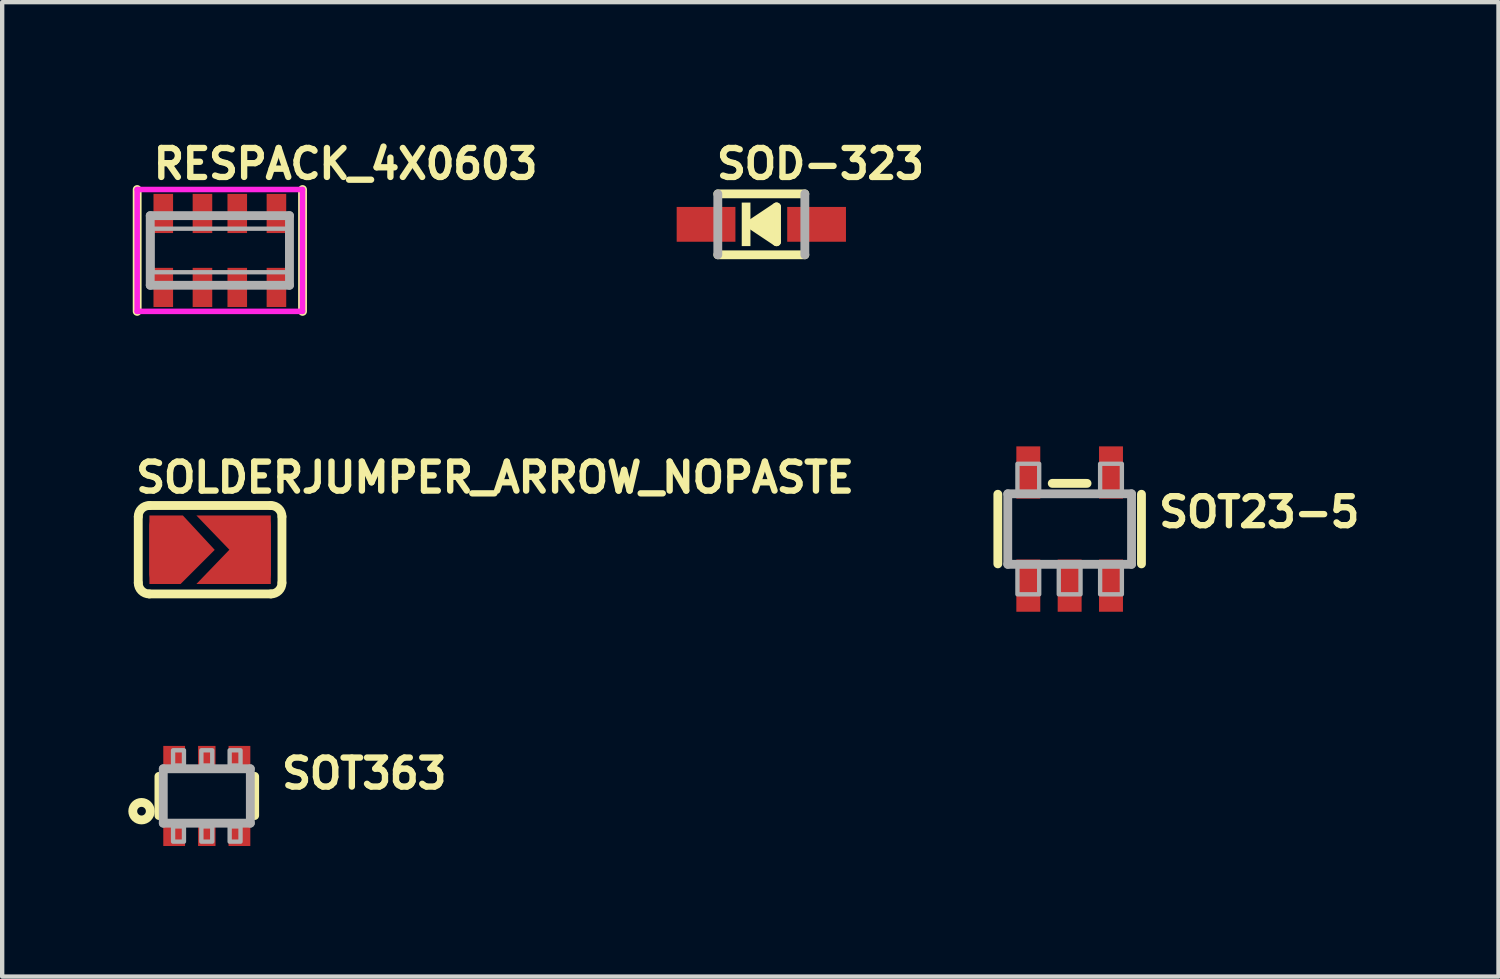
<source format=kicad_pcb>
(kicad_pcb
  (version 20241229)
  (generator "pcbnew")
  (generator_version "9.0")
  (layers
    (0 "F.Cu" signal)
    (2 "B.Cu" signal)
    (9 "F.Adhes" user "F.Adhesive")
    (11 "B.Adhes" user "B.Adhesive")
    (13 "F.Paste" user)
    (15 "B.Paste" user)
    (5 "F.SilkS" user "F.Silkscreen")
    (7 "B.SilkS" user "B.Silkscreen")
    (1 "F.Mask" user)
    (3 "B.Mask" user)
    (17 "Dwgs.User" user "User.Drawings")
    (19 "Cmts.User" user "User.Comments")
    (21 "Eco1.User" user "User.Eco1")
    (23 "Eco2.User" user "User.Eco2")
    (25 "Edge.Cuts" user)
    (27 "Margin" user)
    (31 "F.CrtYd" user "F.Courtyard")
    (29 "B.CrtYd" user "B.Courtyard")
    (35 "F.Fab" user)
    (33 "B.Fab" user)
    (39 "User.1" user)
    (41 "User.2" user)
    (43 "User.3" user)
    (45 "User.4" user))
  (footprint "SOLDERJUMPER_ARROW_NOPASTE"
    (layer "F.Cu")
    (at 1.778 9.582)
    (property "Reference" "SOLDERJUMPER_ARROW_NOPASTE" (at -1.778 -1.27 0) (layer "F.SilkS") (effects (font (size 0.666 0.666) (thickness 0.146)) (justify left bottom)))
    (fp_poly (pts (xy 0.106 0.003) (xy -0.679 0.788) (xy -1.395 0.788) (xy -1.395 -0.788) (xy -0.627 -0.788)) (stroke (width 0) (type solid)) (fill yes) (layer "F.Cu"))
    (fp_poly (pts (xy 1.395 0.788) (xy -0.316 0.788) (xy 0.443 0) (xy -0.316 -0.788) (xy 1.395 -0.788)) (stroke (width 0) (type solid)) (fill yes) (layer "F.Cu"))
    (fp_poly (pts (xy -1.46 0.826) (xy 1.46 0.826) (xy 1.46 -0.826) (xy -1.46 -0.826)) (stroke (width 0) (type solid)) (fill yes) (layer "F.Mask"))
    (fp_line (start -1.651 0.762) (end -1.651 -0.762) (stroke (width 0.203) (type solid)) (layer "F.SilkS"))
    (fp_line (start -1.397 -1.016) (end 1.397 -1.016) (stroke (width 0.203) (type solid)) (layer "F.SilkS"))
    (fp_line (start 1.397 1.016) (end -1.397 1.016) (stroke (width 0.203) (type solid)) (layer "F.SilkS"))
    (fp_line (start 1.651 0.762) (end 1.651 -0.762) (stroke (width 0.203) (type solid)) (layer "F.SilkS"))
    (fp_arc (start -1.651 -0.762) (mid -1.576605 -0.941605) (end -1.397 -1.016) (stroke (width 0.2032) (type solid)) (layer "F.SilkS"))
    (fp_arc (start -1.397 1.016) (mid -1.576605 0.941605) (end -1.651 0.762) (stroke (width 0.2032) (type solid)) (layer "F.SilkS"))
    (fp_arc (start 1.397 -1.016) (mid 1.576605 -0.941605) (end 1.651 -0.762) (stroke (width 0.2032) (type solid)) (layer "F.SilkS"))
    (fp_arc (start 1.651 0.762) (mid 1.576605 0.941605) (end 1.397 1.016) (stroke (width 0.2032) (type solid)) (layer "F.SilkS"))
    (pad "1" smd roundrect (at -1.016 0) (size 0.762 1.524) (layers "F.Cu") (roundrect_rratio 0.25))
    (pad "2" smd roundrect (at 1.016 0) (size 0.762 1.524) (layers "F.Cu") (roundrect_rratio 0.25)))
  (footprint "SOT363"
    (layer "F.Cu")
    (at 1.702 15.24)
    (property "Reference" "SOT363" (at 1.651 -0.127 0) (layer "F.SilkS") (effects (font (size 0.666 0.666) (thickness 0.146)) (justify left bottom)))
    (fp_line (start -1.1 -0.45) (end -1.1 0.45) (stroke (width 0.203) (type solid)) (layer "F.SilkS"))
    (fp_line (start 1.1 -0.45) (end 1.1 0.45) (stroke (width 0.203) (type solid)) (layer "F.SilkS"))
    (fp_circle (center -1.5 0.35) (end -1.4 0.35) (stroke (width 0.203) (type solid)) (fill no) (layer "F.SilkS"))
    (fp_line (start -1 -0.625) (end 1 -0.625) (stroke (width 0.203) (type solid)) (layer "F.Fab"))
    (fp_line (start -1 0.625) (end -1 -0.625) (stroke (width 0.203) (type solid)) (layer "F.Fab"))
    (fp_line (start 1 -0.625) (end 1 0.625) (stroke (width 0.203) (type solid)) (layer "F.Fab"))
    (fp_line (start 1 0.625) (end -1 0.625) (stroke (width 0.203) (type solid)) (layer "F.Fab"))
    (fp_poly (pts (xy -0.775 -0.7) (xy -0.525 -0.7) (xy -0.525 -1.05) (xy -0.775 -1.05)) (stroke (width 0.1) (type solid)) (fill no) (layer "F.Fab"))
    (fp_poly (pts (xy -0.775 1.05) (xy -0.525 1.05) (xy -0.525 0.7) (xy -0.775 0.7)) (stroke (width 0.1) (type solid)) (fill no) (layer "F.Fab"))
    (fp_poly (pts (xy -0.125 -0.7) (xy 0.125 -0.7) (xy 0.125 -1.05) (xy -0.125 -1.05)) (stroke (width 0.1) (type solid)) (fill no) (layer "F.Fab"))
    (fp_poly (pts (xy -0.125 1.05) (xy 0.125 1.05) (xy 0.125 0.7) (xy -0.125 0.7)) (stroke (width 0.1) (type solid)) (fill no) (layer "F.Fab"))
    (fp_poly (pts (xy 0.525 -0.7) (xy 0.775 -0.7) (xy 0.775 -1.05) (xy 0.525 -1.05)) (stroke (width 0.1) (type solid)) (fill no) (layer "F.Fab"))
    (fp_poly (pts (xy 0.525 1.05) (xy 0.775 1.05) (xy 0.775 0.7) (xy 0.525 0.7)) (stroke (width 0.1) (type solid)) (fill no) (layer "F.Fab"))
    (pad "1" smd rect (at -0.75 0.9) (size 0.5 0.5) (layers "F.Cu" "F.Mask" "F.Paste"))
    (pad "2" smd rect (at 0 0.9) (size 0.4 0.5) (layers "F.Cu" "F.Mask" "F.Paste"))
    (pad "3" smd rect (at 0.75 0.9) (size 0.5 0.5) (layers "F.Cu" "F.Mask" "F.Paste"))
    (pad "4" smd rect (at 0.75 -0.9) (size 0.5 0.5) (layers "F.Cu" "F.Mask" "F.Paste"))
    (pad "5" smd rect (at 0 -0.9) (size 0.4 0.5) (layers "F.Cu" "F.Mask" "F.Paste"))
    (pad "6" smd rect (at -0.75 -0.9) (size 0.5 0.5) (layers "F.Cu" "F.Mask" "F.Paste")))
  (footprint "SOT23-5"
    (layer "F.Cu")
    (at 21.529 9.107)
    (property "Reference" "SOT23-5" (at 1.978 0 0) (layer "F.SilkS") (effects (font (size 0.666 0.666) (thickness 0.146)) (justify left bottom)))
    (fp_line (start -1.65 -0.8) (end -1.65 0.8) (stroke (width 0.203) (type solid)) (layer "F.SilkS"))
    (fp_line (start -0.4 -1.05) (end 0.4 -1.05) (stroke (width 0.203) (type solid)) (layer "F.SilkS"))
    (fp_line (start 1.65 -0.8) (end 1.65 0.8) (stroke (width 0.203) (type solid)) (layer "F.SilkS"))
    (fp_line (start -1.422 -0.81) (end 1.422 -0.81) (stroke (width 0.203) (type solid)) (layer "F.Fab"))
    (fp_line (start -1.422 0.81) (end -1.422 -0.81) (stroke (width 0.203) (type solid)) (layer "F.Fab"))
    (fp_line (start 1.422 -0.81) (end 1.422 0.81) (stroke (width 0.203) (type solid)) (layer "F.Fab"))
    (fp_line (start 1.422 0.81) (end -1.422 0.81) (stroke (width 0.203) (type solid)) (layer "F.Fab"))
    (fp_poly (pts (xy -1.2 -0.85) (xy -0.7 -0.85) (xy -0.7 -1.5) (xy -1.2 -1.5)) (stroke (width 0.1) (type solid)) (fill no) (layer "F.Fab"))
    (fp_poly (pts (xy -1.2 1.5) (xy -0.7 1.5) (xy -0.7 0.85) (xy -1.2 0.85)) (stroke (width 0.1) (type solid)) (fill no) (layer "F.Fab"))
    (fp_poly (pts (xy -0.25 1.5) (xy 0.25 1.5) (xy 0.25 0.85) (xy -0.25 0.85)) (stroke (width 0.1) (type solid)) (fill no) (layer "F.Fab"))
    (fp_poly (pts (xy 0.7 -0.85) (xy 1.2 -0.85) (xy 1.2 -1.5) (xy 0.7 -1.5)) (stroke (width 0.1) (type solid)) (fill no) (layer "F.Fab"))
    (fp_poly (pts (xy 0.7 1.5) (xy 1.2 1.5) (xy 1.2 0.85) (xy 0.7 0.85)) (stroke (width 0.1) (type solid)) (fill no) (layer "F.Fab"))
    (pad "1" smd rect (at -0.95 1.3) (size 0.55 1.2) (layers "F.Cu" "F.Mask" "F.Paste"))
    (pad "2" smd rect (at 0 1.3) (size 0.55 1.2) (layers "F.Cu" "F.Mask" "F.Paste"))
    (pad "3" smd rect (at 0.95 1.3) (size 0.55 1.2) (layers "F.Cu" "F.Mask" "F.Paste"))
    (pad "4" smd rect (at 0.95 -1.3) (size 0.55 1.2) (layers "F.Cu" "F.Mask" "F.Paste"))
    (pad "5" smd rect (at -0.95 -1.3) (size 0.55 1.2) (layers "F.Cu" "F.Mask" "F.Paste")))
  (footprint "SOD-323"
    (layer "F.Cu")
    (at 14.444 2.105)
    (property "Reference" "SOD-323" (at -1.1 -1 0) (layer "F.SilkS") (effects (font (size 0.666 0.666) (thickness 0.146)) (justify left bottom)))
    (fp_line (start -1 -0.7) (end 1 -0.7) (stroke (width 0.203) (type solid)) (layer "F.SilkS"))
    (fp_line (start -0.25 0) (end 0.35 -0.4) (stroke (width 0.203) (type solid)) (layer "F.SilkS"))
    (fp_line (start 0.35 -0.4) (end 0.35 0.4) (stroke (width 0.203) (type solid)) (layer "F.SilkS"))
    (fp_line (start 0.35 0.4) (end -0.25 0) (stroke (width 0.203) (type solid)) (layer "F.SilkS"))
    (fp_line (start 1 0.7) (end -1 0.7) (stroke (width 0.203) (type solid)) (layer "F.SilkS"))
    (fp_poly (pts (xy 0.302 0.39) (xy -0.283 0) (xy 0.302 -0.39)) (stroke (width 0) (type solid)) (fill yes) (layer "F.SilkS"))
    (fp_poly (pts (xy -0.45 0.5) (xy -0.25 0.5) (xy -0.25 -0.5) (xy -0.45 -0.5)) (stroke (width 0) (type solid)) (fill yes) (layer "F.SilkS"))
    (fp_line (start -1 0.7) (end -1 -0.7) (stroke (width 0.203) (type solid)) (layer "F.Fab"))
    (fp_line (start 1 -0.7) (end 1 0.7) (stroke (width 0.203) (type solid)) (layer "F.Fab"))
    (pad "A" smd rect (at 1.27 0) (size 1.35 0.8) (layers "F.Cu" "F.Mask" "F.Paste"))
    (pad "C" smd rect (at -1.27 0) (size 1.35 0.8) (layers "F.Cu" "F.Mask" "F.Paste")))
  (footprint "RESPACK_4X0603"
    (layer "F.Cu")
    (at 2.002 2.705)
    (property "Reference" "RESPACK_4X0603" (at -1.6 -1.6 0) (layer "F.SilkS") (effects (font (size 0.666 0.666) (thickness 0.146)) (justify left bottom)))
    (fp_line (start -1.9 1.4) (end -1.9 -1.4) (stroke (width 0.203) (type solid)) (layer "F.SilkS"))
    (fp_line (start 1.9 -1.4) (end 1.9 1.4) (stroke (width 0.203) (type solid)) (layer "F.SilkS"))
    (fp_line (start -1.9 -1.4) (end 1.9 -1.4) (stroke (width 0.127) (type solid)) (layer "F.CrtYd"))
    (fp_line (start -1.9 1.4) (end -1.9 -1.4) (stroke (width 0.127) (type solid)) (layer "F.CrtYd"))
    (fp_line (start -1.9 1.4) (end 1.9 1.4) (stroke (width 0.127) (type solid)) (layer "F.CrtYd"))
    (fp_line (start 1.9 -1.4) (end 1.9 1.4) (stroke (width 0.127) (type solid)) (layer "F.CrtYd"))
    (fp_line (start -1.6 -0.8) (end 1.6 -0.8) (stroke (width 0.203) (type solid)) (layer "F.Fab"))
    (fp_line (start -1.6 0.8) (end -1.6 -0.8) (stroke (width 0.203) (type solid)) (layer "F.Fab"))
    (fp_line (start 1.6 -0.8) (end 1.6 0.8) (stroke (width 0.203) (type solid)) (layer "F.Fab"))
    (fp_line (start 1.6 0.8) (end -1.6 0.8) (stroke (width 0.203) (type solid)) (layer "F.Fab"))
    (fp_poly (pts (xy -1.55 0.5) (xy 1.55 0.5) (xy 1.55 -0.5) (xy -1.55 -0.5)) (stroke (width 0.1) (type solid)) (fill no) (layer "F.Fab"))
    (pad "1" smd rect (at -1.3 0.85) (size 0.45 0.9) (layers "F.Cu" "F.Mask" "F.Paste"))
    (pad "2" smd rect (at -0.4 0.85) (size 0.45 0.9) (layers "F.Cu" "F.Mask" "F.Paste"))
    (pad "3" smd rect (at 0.4 0.85) (size 0.45 0.9) (layers "F.Cu" "F.Mask" "F.Paste"))
    (pad "4" smd rect (at 1.3 0.85) (size 0.45 0.9) (layers "F.Cu" "F.Mask" "F.Paste"))
    (pad "5" smd rect (at 1.3 -0.85) (size 0.45 0.9) (layers "F.Cu" "F.Mask" "F.Paste"))
    (pad "6" smd rect (at 0.4 -0.85) (size 0.45 0.9) (layers "F.Cu" "F.Mask" "F.Paste"))
    (pad "7" smd rect (at -0.4 -0.85) (size 0.45 0.9) (layers "F.Cu" "F.Mask" "F.Paste"))
    (pad "8" smd rect (at -1.3 -0.85) (size 0.45 0.9) (layers "F.Cu" "F.Mask" "F.Paste")))
  (gr_rect
    (start -3 -3)
    (end 31.383 19.39)
    (stroke (width 0.1) (type default))
    (fill no)
    (layer "Edge.Cuts")))
</source>
